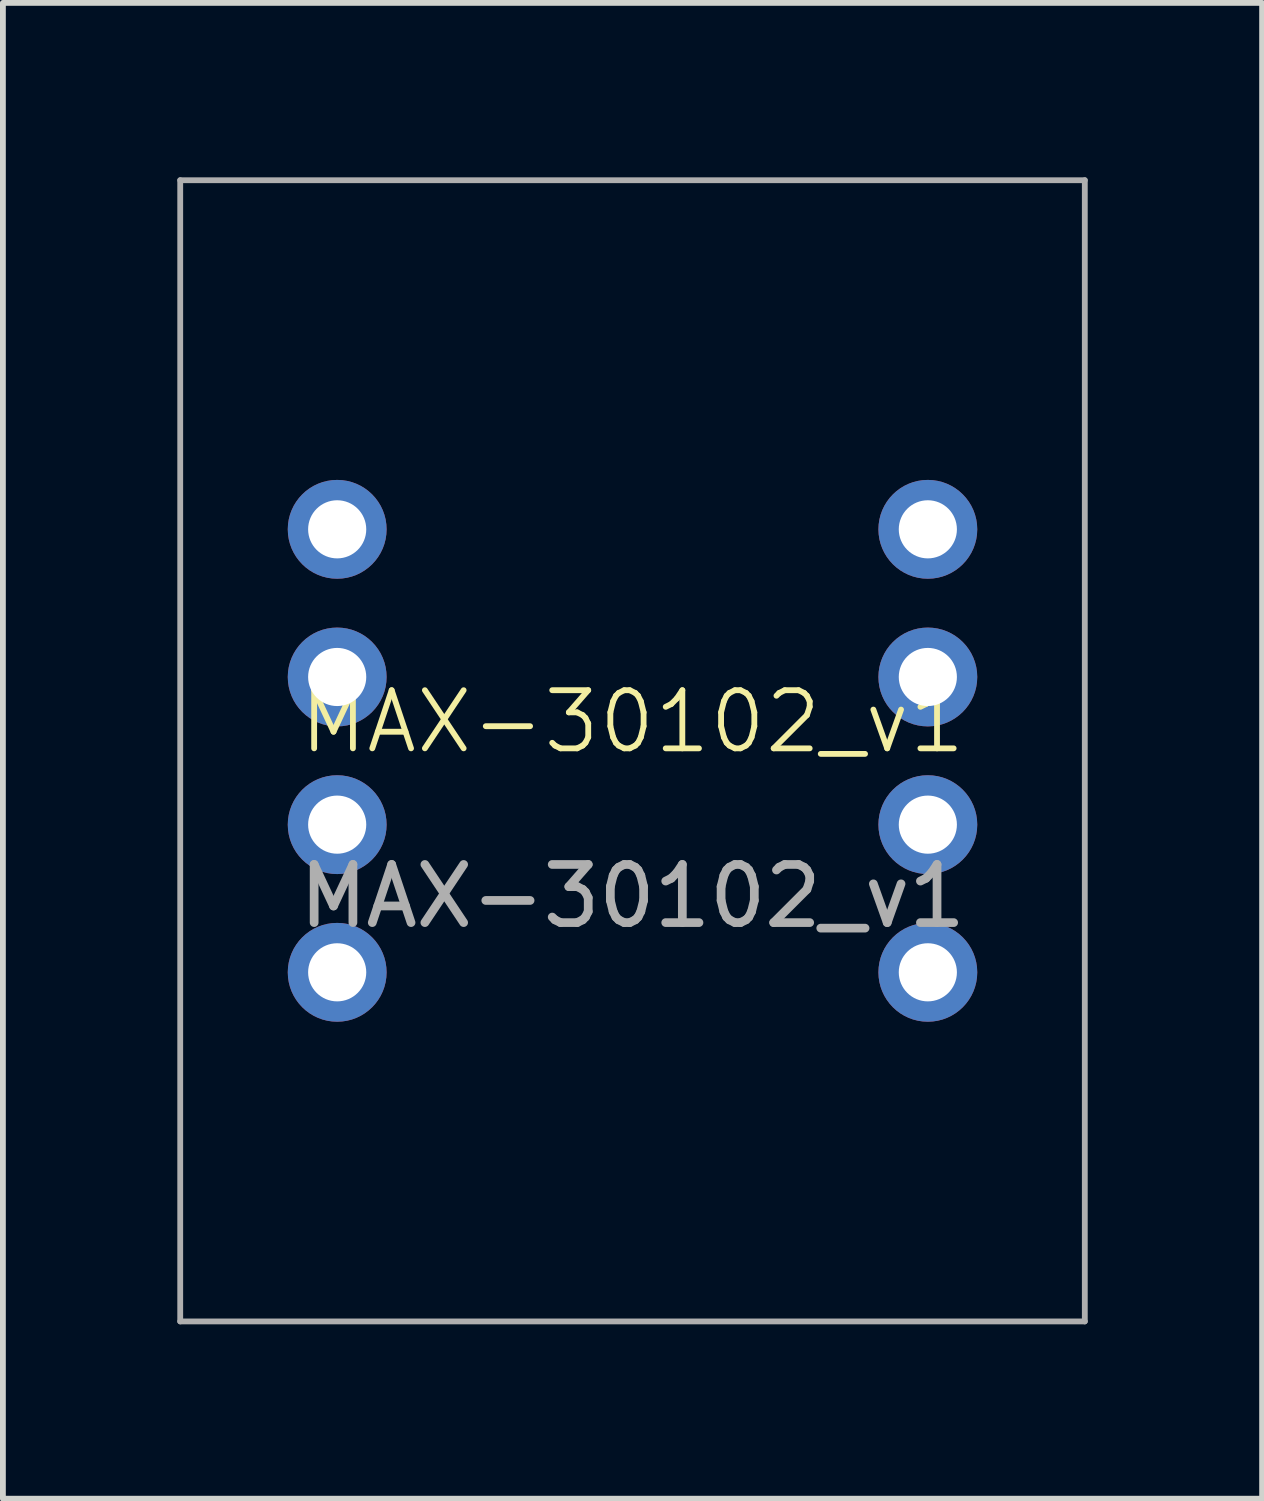
<source format=kicad_pcb>
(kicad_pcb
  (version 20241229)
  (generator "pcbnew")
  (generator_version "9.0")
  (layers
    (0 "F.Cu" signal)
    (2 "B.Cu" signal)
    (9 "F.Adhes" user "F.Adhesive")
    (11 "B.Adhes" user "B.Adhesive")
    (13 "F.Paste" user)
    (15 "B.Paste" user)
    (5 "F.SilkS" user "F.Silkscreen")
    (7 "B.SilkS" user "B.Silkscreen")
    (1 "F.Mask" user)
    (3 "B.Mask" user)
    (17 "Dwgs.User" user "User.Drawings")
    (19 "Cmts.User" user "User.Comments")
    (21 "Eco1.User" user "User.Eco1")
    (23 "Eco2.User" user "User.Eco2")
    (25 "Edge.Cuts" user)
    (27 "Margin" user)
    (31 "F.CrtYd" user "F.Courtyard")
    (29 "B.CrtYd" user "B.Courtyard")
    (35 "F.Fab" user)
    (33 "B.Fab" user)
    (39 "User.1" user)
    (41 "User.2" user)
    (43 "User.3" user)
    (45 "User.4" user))
  (footprint "MAX-30102_v1"
    (layer "F.Cu")
    (at 7.83 9.865)
    (property "Reference" "MAX-30102_v1" (at 0 -0.5 0) (unlocked yes) (layer "F.SilkS") (effects (font (size 1 1) (thickness 0.1))))
    (attr smd)
    (fp_line (start -7.78 -9.815) (end 7.78 -9.815) (stroke (width 0.1) (type default)) (layer "F.Fab"))
    (fp_line (start -7.78 9.815) (end -7.78 -9.815) (stroke (width 0.1) (type default)) (layer "F.Fab"))
    (fp_line (start 7.78 -9.815) (end 7.78 9.815) (stroke (width 0.1) (type default)) (layer "F.Fab"))
    (fp_line (start 7.78 9.815) (end -7.78 9.815) (stroke (width 0.1) (type default)) (layer "F.Fab"))
    (fp_text user "${REFERENCE}" (at 0 2.5 0) (unlocked yes) (layer "F.Fab") (effects (font (size 1 1) (thickness 0.15))))
    (pad "1" thru_hole oval (at -5.08 -3.81) (size 1.7 1.7) (drill 1) (layers "*.Cu" "*.Mask"))
    (pad "2" thru_hole oval (at -5.08 -1.27) (size 1.7 1.7) (drill 1) (layers "*.Cu" "*.Mask"))
    (pad "3" thru_hole oval (at -5.08 1.27) (size 1.7 1.7) (drill 1) (layers "*.Cu" "*.Mask"))
    (pad "4" thru_hole oval (at -5.08 3.81) (size 1.7 1.7) (drill 1) (layers "*.Cu" "*.Mask"))
    (pad "5" thru_hole oval (at 5.08 -3.81 90) (size 1.7 1.7) (drill 1) (layers "*.Cu" "*.Mask"))
    (pad "6" thru_hole oval (at 5.08 -1.27) (size 1.7 1.7) (drill 1) (layers "*.Cu" "*.Mask"))
    (pad "7" thru_hole oval (at 5.08 1.27) (size 1.7 1.7) (drill 1) (layers "*.Cu" "*.Mask"))
    (pad "8" thru_hole oval (at 5.08 3.81) (size 1.7 1.7) (drill 1) (layers "*.Cu" "*.Mask")))
  (gr_rect
    (start -3 -3)
    (end 18.66 22.73)
    (stroke (width 0.1) (type default))
    (fill no)
    (layer "Edge.Cuts")))
</source>
